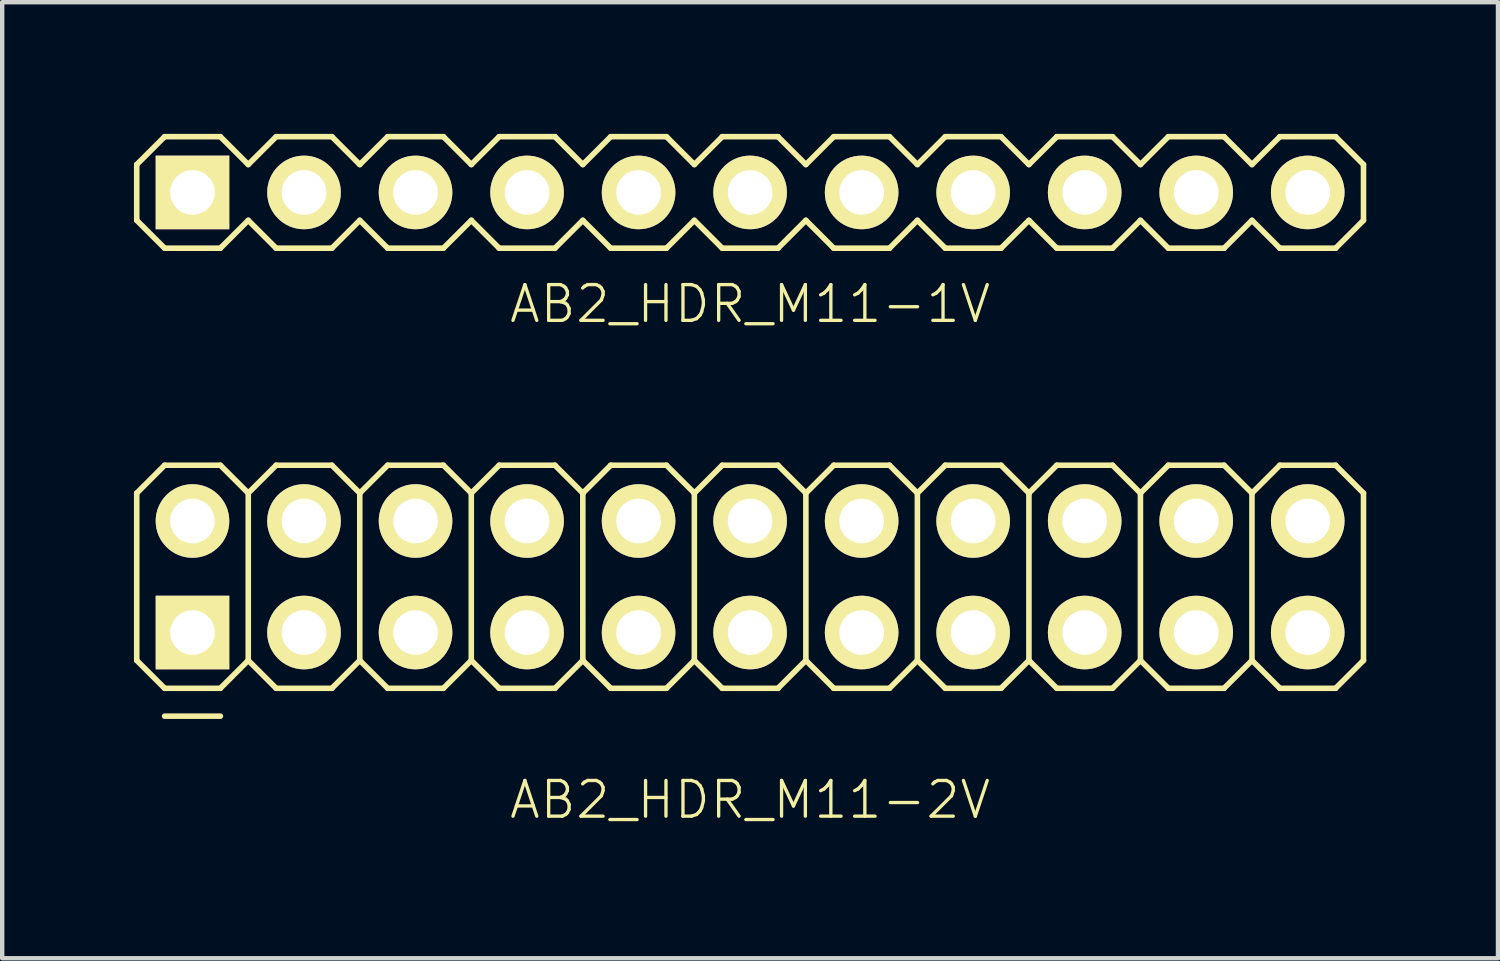
<source format=kicad_pcb>
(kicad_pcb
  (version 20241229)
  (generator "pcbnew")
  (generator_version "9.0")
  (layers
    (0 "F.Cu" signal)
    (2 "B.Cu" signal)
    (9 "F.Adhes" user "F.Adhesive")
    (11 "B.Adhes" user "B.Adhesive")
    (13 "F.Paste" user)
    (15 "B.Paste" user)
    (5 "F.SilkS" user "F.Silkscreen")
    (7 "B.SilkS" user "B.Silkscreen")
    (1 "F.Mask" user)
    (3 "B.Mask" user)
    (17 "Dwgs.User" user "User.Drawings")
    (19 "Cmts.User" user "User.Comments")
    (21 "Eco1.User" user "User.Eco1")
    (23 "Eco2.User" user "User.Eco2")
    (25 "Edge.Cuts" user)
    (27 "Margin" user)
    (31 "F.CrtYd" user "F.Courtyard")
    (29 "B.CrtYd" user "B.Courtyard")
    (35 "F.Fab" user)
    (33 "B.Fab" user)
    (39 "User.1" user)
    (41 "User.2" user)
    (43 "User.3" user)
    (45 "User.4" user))
  (footprint "AB2_HDR_M11-2V"
    (layer "F.Cu")
    (at 14.034 10.086)
    (property "Reference" "AB2_HDR_M11-2V" (at 0 5.08 0) (layer "F.SilkS") (effects (font (size 0.813 0.813) (thickness 0.076))))
    (attr through_hole)
    (fp_line (start -13.97 -1.905) (end -13.335 -2.54) (stroke (width 0.127) (type solid)) (layer "F.SilkS"))
    (fp_line (start -13.97 1.905) (end -13.97 -1.905) (stroke (width 0.127) (type solid)) (layer "F.SilkS"))
    (fp_line (start -13.335 -2.54) (end -12.065 -2.54) (stroke (width 0.127) (type solid)) (layer "F.SilkS"))
    (fp_line (start -13.335 2.54) (end -13.97 1.905) (stroke (width 0.127) (type solid)) (layer "F.SilkS"))
    (fp_line (start -13.335 3.175) (end -12.065 3.175) (stroke (width 0.127) (type solid)) (layer "F.SilkS"))
    (fp_line (start -12.065 -2.54) (end -11.43 -1.905) (stroke (width 0.127) (type solid)) (layer "F.SilkS"))
    (fp_line (start -12.065 2.54) (end -13.335 2.54) (stroke (width 0.127) (type solid)) (layer "F.SilkS"))
    (fp_line (start -11.43 -1.905) (end -11.43 1.905) (stroke (width 0.127) (type solid)) (layer "F.SilkS"))
    (fp_line (start -11.43 -1.905) (end -10.795 -2.54) (stroke (width 0.127) (type solid)) (layer "F.SilkS"))
    (fp_line (start -11.43 1.905) (end -12.065 2.54) (stroke (width 0.127) (type solid)) (layer "F.SilkS"))
    (fp_line (start -10.795 -2.54) (end -9.525 -2.54) (stroke (width 0.127) (type solid)) (layer "F.SilkS"))
    (fp_line (start -10.795 2.54) (end -11.43 1.905) (stroke (width 0.127) (type solid)) (layer "F.SilkS"))
    (fp_line (start -9.525 -2.54) (end -8.89 -1.905) (stroke (width 0.127) (type solid)) (layer "F.SilkS"))
    (fp_line (start -9.525 2.54) (end -10.795 2.54) (stroke (width 0.127) (type solid)) (layer "F.SilkS"))
    (fp_line (start -8.89 -1.905) (end -8.89 1.905) (stroke (width 0.127) (type solid)) (layer "F.SilkS"))
    (fp_line (start -8.89 -1.905) (end -8.255 -2.54) (stroke (width 0.127) (type solid)) (layer "F.SilkS"))
    (fp_line (start -8.89 1.905) (end -9.525 2.54) (stroke (width 0.127) (type solid)) (layer "F.SilkS"))
    (fp_line (start -8.255 -2.54) (end -6.985 -2.54) (stroke (width 0.127) (type solid)) (layer "F.SilkS"))
    (fp_line (start -8.255 2.54) (end -8.89 1.905) (stroke (width 0.127) (type solid)) (layer "F.SilkS"))
    (fp_line (start -6.985 -2.54) (end -6.35 -1.905) (stroke (width 0.127) (type solid)) (layer "F.SilkS"))
    (fp_line (start -6.985 2.54) (end -8.255 2.54) (stroke (width 0.127) (type solid)) (layer "F.SilkS"))
    (fp_line (start -6.35 -1.905) (end -6.35 1.905) (stroke (width 0.127) (type solid)) (layer "F.SilkS"))
    (fp_line (start -6.35 -1.905) (end -5.715 -2.54) (stroke (width 0.127) (type solid)) (layer "F.SilkS"))
    (fp_line (start -6.35 1.905) (end -6.985 2.54) (stroke (width 0.127) (type solid)) (layer "F.SilkS"))
    (fp_line (start -5.715 -2.54) (end -4.445 -2.54) (stroke (width 0.127) (type solid)) (layer "F.SilkS"))
    (fp_line (start -5.715 2.54) (end -6.35 1.905) (stroke (width 0.127) (type solid)) (layer "F.SilkS"))
    (fp_line (start -4.445 -2.54) (end -3.81 -1.905) (stroke (width 0.127) (type solid)) (layer "F.SilkS"))
    (fp_line (start -4.445 2.54) (end -5.715 2.54) (stroke (width 0.127) (type solid)) (layer "F.SilkS"))
    (fp_line (start -3.81 -1.905) (end -3.81 1.905) (stroke (width 0.127) (type solid)) (layer "F.SilkS"))
    (fp_line (start -3.81 -1.905) (end -3.175 -2.54) (stroke (width 0.127) (type solid)) (layer "F.SilkS"))
    (fp_line (start -3.81 1.905) (end -4.445 2.54) (stroke (width 0.127) (type solid)) (layer "F.SilkS"))
    (fp_line (start -3.175 -2.54) (end -1.905 -2.54) (stroke (width 0.127) (type solid)) (layer "F.SilkS"))
    (fp_line (start -3.175 2.54) (end -3.81 1.905) (stroke (width 0.127) (type solid)) (layer "F.SilkS"))
    (fp_line (start -1.905 -2.54) (end -1.27 -1.905) (stroke (width 0.127) (type solid)) (layer "F.SilkS"))
    (fp_line (start -1.905 2.54) (end -3.175 2.54) (stroke (width 0.127) (type solid)) (layer "F.SilkS"))
    (fp_line (start -1.27 -1.905) (end -1.27 1.905) (stroke (width 0.127) (type solid)) (layer "F.SilkS"))
    (fp_line (start -1.27 -1.905) (end -0.635 -2.54) (stroke (width 0.127) (type solid)) (layer "F.SilkS"))
    (fp_line (start -1.27 1.905) (end -1.905 2.54) (stroke (width 0.127) (type solid)) (layer "F.SilkS"))
    (fp_line (start -0.635 -2.54) (end 0.635 -2.54) (stroke (width 0.127) (type solid)) (layer "F.SilkS"))
    (fp_line (start -0.635 2.54) (end -1.27 1.905) (stroke (width 0.127) (type solid)) (layer "F.SilkS"))
    (fp_line (start 0.635 -2.54) (end 1.27 -1.905) (stroke (width 0.127) (type solid)) (layer "F.SilkS"))
    (fp_line (start 0.635 2.54) (end -0.635 2.54) (stroke (width 0.127) (type solid)) (layer "F.SilkS"))
    (fp_line (start 1.27 -1.905) (end 1.27 1.905) (stroke (width 0.127) (type solid)) (layer "F.SilkS"))
    (fp_line (start 1.27 -1.905) (end 1.905 -2.54) (stroke (width 0.127) (type solid)) (layer "F.SilkS"))
    (fp_line (start 1.27 1.905) (end 0.635 2.54) (stroke (width 0.127) (type solid)) (layer "F.SilkS"))
    (fp_line (start 1.905 -2.54) (end 3.175 -2.54) (stroke (width 0.127) (type solid)) (layer "F.SilkS"))
    (fp_line (start 1.905 2.54) (end 1.27 1.905) (stroke (width 0.127) (type solid)) (layer "F.SilkS"))
    (fp_line (start 3.175 -2.54) (end 3.81 -1.905) (stroke (width 0.127) (type solid)) (layer "F.SilkS"))
    (fp_line (start 3.175 2.54) (end 1.905 2.54) (stroke (width 0.127) (type solid)) (layer "F.SilkS"))
    (fp_line (start 3.81 -1.905) (end 3.81 1.905) (stroke (width 0.127) (type solid)) (layer "F.SilkS"))
    (fp_line (start 3.81 -1.905) (end 4.445 -2.54) (stroke (width 0.127) (type solid)) (layer "F.SilkS"))
    (fp_line (start 3.81 1.905) (end 3.175 2.54) (stroke (width 0.127) (type solid)) (layer "F.SilkS"))
    (fp_line (start 4.445 -2.54) (end 5.715 -2.54) (stroke (width 0.127) (type solid)) (layer "F.SilkS"))
    (fp_line (start 4.445 2.54) (end 3.81 1.905) (stroke (width 0.127) (type solid)) (layer "F.SilkS"))
    (fp_line (start 5.715 -2.54) (end 6.35 -1.905) (stroke (width 0.127) (type solid)) (layer "F.SilkS"))
    (fp_line (start 5.715 2.54) (end 4.445 2.54) (stroke (width 0.127) (type solid)) (layer "F.SilkS"))
    (fp_line (start 6.35 -1.905) (end 6.35 1.905) (stroke (width 0.127) (type solid)) (layer "F.SilkS"))
    (fp_line (start 6.35 -1.905) (end 6.985 -2.54) (stroke (width 0.127) (type solid)) (layer "F.SilkS"))
    (fp_line (start 6.35 1.905) (end 5.715 2.54) (stroke (width 0.127) (type solid)) (layer "F.SilkS"))
    (fp_line (start 6.985 -2.54) (end 8.255 -2.54) (stroke (width 0.127) (type solid)) (layer "F.SilkS"))
    (fp_line (start 6.985 2.54) (end 6.35 1.905) (stroke (width 0.127) (type solid)) (layer "F.SilkS"))
    (fp_line (start 8.255 -2.54) (end 8.89 -1.905) (stroke (width 0.127) (type solid)) (layer "F.SilkS"))
    (fp_line (start 8.255 2.54) (end 6.985 2.54) (stroke (width 0.127) (type solid)) (layer "F.SilkS"))
    (fp_line (start 8.89 -1.905) (end 8.89 1.905) (stroke (width 0.127) (type solid)) (layer "F.SilkS"))
    (fp_line (start 8.89 -1.905) (end 9.525 -2.54) (stroke (width 0.127) (type solid)) (layer "F.SilkS"))
    (fp_line (start 8.89 1.905) (end 8.255 2.54) (stroke (width 0.127) (type solid)) (layer "F.SilkS"))
    (fp_line (start 9.525 -2.54) (end 10.795 -2.54) (stroke (width 0.127) (type solid)) (layer "F.SilkS"))
    (fp_line (start 9.525 2.54) (end 8.89 1.905) (stroke (width 0.127) (type solid)) (layer "F.SilkS"))
    (fp_line (start 10.795 -2.54) (end 11.43 -1.905) (stroke (width 0.127) (type solid)) (layer "F.SilkS"))
    (fp_line (start 10.795 2.54) (end 9.525 2.54) (stroke (width 0.127) (type solid)) (layer "F.SilkS"))
    (fp_line (start 11.43 -1.905) (end 11.43 1.905) (stroke (width 0.127) (type solid)) (layer "F.SilkS"))
    (fp_line (start 11.43 -1.905) (end 12.065 -2.54) (stroke (width 0.127) (type solid)) (layer "F.SilkS"))
    (fp_line (start 11.43 1.905) (end 10.795 2.54) (stroke (width 0.127) (type solid)) (layer "F.SilkS"))
    (fp_line (start 12.065 -2.54) (end 13.335 -2.54) (stroke (width 0.127) (type solid)) (layer "F.SilkS"))
    (fp_line (start 12.065 2.54) (end 11.43 1.905) (stroke (width 0.127) (type solid)) (layer "F.SilkS"))
    (fp_line (start 13.335 -2.54) (end 13.97 -1.905) (stroke (width 0.127) (type solid)) (layer "F.SilkS"))
    (fp_line (start 13.335 2.54) (end 12.065 2.54) (stroke (width 0.127) (type solid)) (layer "F.SilkS"))
    (fp_line (start 13.97 -1.905) (end 13.97 1.905) (stroke (width 0.127) (type solid)) (layer "F.SilkS"))
    (fp_line (start 13.97 1.905) (end 13.335 2.54) (stroke (width 0.127) (type solid)) (layer "F.SilkS"))
    (pad "1" thru_hole rect (at -12.7 1.27) (size 1.676 1.676) (drill 1.016) (layers "*.Cu" "*.Mask" "F.SilkS"))
    (pad "2" thru_hole circle (at -12.7 -1.27) (size 1.676 1.676) (drill 1.016) (layers "*.Cu" "*.Mask" "F.SilkS"))
    (pad "3" thru_hole circle (at -10.16 1.27) (size 1.676 1.676) (drill 1.016) (layers "*.Cu" "*.Mask" "F.SilkS"))
    (pad "4" thru_hole circle (at -10.16 -1.27) (size 1.676 1.676) (drill 1.016) (layers "*.Cu" "*.Mask" "F.SilkS"))
    (pad "5" thru_hole circle (at -7.62 1.27) (size 1.676 1.676) (drill 1.016) (layers "*.Cu" "*.Mask" "F.SilkS"))
    (pad "6" thru_hole circle (at -7.62 -1.27) (size 1.676 1.676) (drill 1.016) (layers "*.Cu" "*.Mask" "F.SilkS"))
    (pad "7" thru_hole circle (at -5.08 1.27) (size 1.676 1.676) (drill 1.016) (layers "*.Cu" "*.Mask" "F.SilkS"))
    (pad "8" thru_hole circle (at -5.08 -1.27) (size 1.676 1.676) (drill 1.016) (layers "*.Cu" "*.Mask" "F.SilkS"))
    (pad "9" thru_hole circle (at -2.54 1.27) (size 1.676 1.676) (drill 1.016) (layers "*.Cu" "*.Mask" "F.SilkS"))
    (pad "10" thru_hole circle (at -2.54 -1.27) (size 1.676 1.676) (drill 1.016) (layers "*.Cu" "*.Mask" "F.SilkS"))
    (pad "11" thru_hole circle (at 0 1.27) (size 1.676 1.676) (drill 1.016) (layers "*.Cu" "*.Mask" "F.SilkS"))
    (pad "12" thru_hole circle (at 0 -1.27) (size 1.676 1.676) (drill 1.016) (layers "*.Cu" "*.Mask" "F.SilkS"))
    (pad "13" thru_hole circle (at 2.54 1.27) (size 1.676 1.676) (drill 1.016) (layers "*.Cu" "*.Mask" "F.SilkS"))
    (pad "14" thru_hole circle (at 2.54 -1.27) (size 1.676 1.676) (drill 1.016) (layers "*.Cu" "*.Mask" "F.SilkS"))
    (pad "15" thru_hole circle (at 5.08 1.27) (size 1.676 1.676) (drill 1.016) (layers "*.Cu" "*.Mask" "F.SilkS"))
    (pad "16" thru_hole circle (at 5.08 -1.27) (size 1.676 1.676) (drill 1.016) (layers "*.Cu" "*.Mask" "F.SilkS"))
    (pad "17" thru_hole circle (at 7.62 1.27) (size 1.676 1.676) (drill 1.016) (layers "*.Cu" "*.Mask" "F.SilkS"))
    (pad "18" thru_hole circle (at 7.62 -1.27) (size 1.676 1.676) (drill 1.016) (layers "*.Cu" "*.Mask" "F.SilkS"))
    (pad "19" thru_hole circle (at 10.16 1.27) (size 1.676 1.676) (drill 1.016) (layers "*.Cu" "*.Mask" "F.SilkS"))
    (pad "20" thru_hole circle (at 10.16 -1.27) (size 1.676 1.676) (drill 1.016) (layers "*.Cu" "*.Mask" "F.SilkS"))
    (pad "21" thru_hole circle (at 12.7 1.27) (size 1.676 1.676) (drill 1.016) (layers "*.Cu" "*.Mask" "F.SilkS"))
    (pad "22" thru_hole circle (at 12.7 -1.27) (size 1.676 1.676) (drill 1.016) (layers "*.Cu" "*.Mask" "F.SilkS")))
  (footprint "AB2_HDR_M11-1V"
    (layer "F.Cu")
    (at 14.034 1.333)
    (property "Reference" "AB2_HDR_M11-1V" (at 0 2.54 0) (layer "F.SilkS") (effects (font (size 0.813 0.813) (thickness 0.076))))
    (attr through_hole)
    (fp_line (start -13.97 -0.635) (end -13.335 -1.27) (stroke (width 0.127) (type solid)) (layer "F.SilkS"))
    (fp_line (start -13.97 0.635) (end -13.97 -0.635) (stroke (width 0.127) (type solid)) (layer "F.SilkS"))
    (fp_line (start -13.335 -1.27) (end -12.065 -1.27) (stroke (width 0.127) (type solid)) (layer "F.SilkS"))
    (fp_line (start -13.335 1.27) (end -13.97 0.635) (stroke (width 0.127) (type solid)) (layer "F.SilkS"))
    (fp_line (start -12.065 -1.27) (end -11.43 -0.635) (stroke (width 0.127) (type solid)) (layer "F.SilkS"))
    (fp_line (start -12.065 1.27) (end -13.335 1.27) (stroke (width 0.127) (type solid)) (layer "F.SilkS"))
    (fp_line (start -11.43 -0.635) (end -10.795 -1.27) (stroke (width 0.127) (type solid)) (layer "F.SilkS"))
    (fp_line (start -11.43 0.635) (end -12.065 1.27) (stroke (width 0.127) (type solid)) (layer "F.SilkS"))
    (fp_line (start -10.795 -1.27) (end -9.525 -1.27) (stroke (width 0.127) (type solid)) (layer "F.SilkS"))
    (fp_line (start -10.795 1.27) (end -11.43 0.635) (stroke (width 0.127) (type solid)) (layer "F.SilkS"))
    (fp_line (start -9.525 -1.27) (end -8.89 -0.635) (stroke (width 0.127) (type solid)) (layer "F.SilkS"))
    (fp_line (start -9.525 1.27) (end -10.795 1.27) (stroke (width 0.127) (type solid)) (layer "F.SilkS"))
    (fp_line (start -8.89 -0.635) (end -8.255 -1.27) (stroke (width 0.127) (type solid)) (layer "F.SilkS"))
    (fp_line (start -8.89 0.635) (end -9.525 1.27) (stroke (width 0.127) (type solid)) (layer "F.SilkS"))
    (fp_line (start -8.255 -1.27) (end -6.985 -1.27) (stroke (width 0.127) (type solid)) (layer "F.SilkS"))
    (fp_line (start -8.255 1.27) (end -8.89 0.635) (stroke (width 0.127) (type solid)) (layer "F.SilkS"))
    (fp_line (start -6.985 -1.27) (end -6.35 -0.635) (stroke (width 0.127) (type solid)) (layer "F.SilkS"))
    (fp_line (start -6.985 1.27) (end -8.255 1.27) (stroke (width 0.127) (type solid)) (layer "F.SilkS"))
    (fp_line (start -6.35 -0.635) (end -5.715 -1.27) (stroke (width 0.127) (type solid)) (layer "F.SilkS"))
    (fp_line (start -6.35 0.635) (end -6.985 1.27) (stroke (width 0.127) (type solid)) (layer "F.SilkS"))
    (fp_line (start -5.715 -1.27) (end -4.445 -1.27) (stroke (width 0.127) (type solid)) (layer "F.SilkS"))
    (fp_line (start -5.715 1.27) (end -6.35 0.635) (stroke (width 0.127) (type solid)) (layer "F.SilkS"))
    (fp_line (start -4.445 -1.27) (end -3.81 -0.635) (stroke (width 0.127) (type solid)) (layer "F.SilkS"))
    (fp_line (start -4.445 1.27) (end -5.715 1.27) (stroke (width 0.127) (type solid)) (layer "F.SilkS"))
    (fp_line (start -3.81 -0.635) (end -3.175 -1.27) (stroke (width 0.127) (type solid)) (layer "F.SilkS"))
    (fp_line (start -3.81 0.635) (end -4.445 1.27) (stroke (width 0.127) (type solid)) (layer "F.SilkS"))
    (fp_line (start -3.175 -1.27) (end -1.905 -1.27) (stroke (width 0.127) (type solid)) (layer "F.SilkS"))
    (fp_line (start -3.175 1.27) (end -3.81 0.635) (stroke (width 0.127) (type solid)) (layer "F.SilkS"))
    (fp_line (start -1.905 -1.27) (end -1.27 -0.635) (stroke (width 0.127) (type solid)) (layer "F.SilkS"))
    (fp_line (start -1.905 1.27) (end -3.175 1.27) (stroke (width 0.127) (type solid)) (layer "F.SilkS"))
    (fp_line (start -1.27 -0.635) (end -0.635 -1.27) (stroke (width 0.127) (type solid)) (layer "F.SilkS"))
    (fp_line (start -1.27 0.635) (end -1.905 1.27) (stroke (width 0.127) (type solid)) (layer "F.SilkS"))
    (fp_line (start -0.635 -1.27) (end 0.635 -1.27) (stroke (width 0.127) (type solid)) (layer "F.SilkS"))
    (fp_line (start -0.635 1.27) (end -1.27 0.635) (stroke (width 0.127) (type solid)) (layer "F.SilkS"))
    (fp_line (start 0.635 -1.27) (end 1.27 -0.635) (stroke (width 0.127) (type solid)) (layer "F.SilkS"))
    (fp_line (start 0.635 1.27) (end -0.635 1.27) (stroke (width 0.127) (type solid)) (layer "F.SilkS"))
    (fp_line (start 1.27 -0.635) (end 1.905 -1.27) (stroke (width 0.127) (type solid)) (layer "F.SilkS"))
    (fp_line (start 1.27 0.635) (end 0.635 1.27) (stroke (width 0.127) (type solid)) (layer "F.SilkS"))
    (fp_line (start 1.905 -1.27) (end 3.175 -1.27) (stroke (width 0.127) (type solid)) (layer "F.SilkS"))
    (fp_line (start 1.905 1.27) (end 1.27 0.635) (stroke (width 0.127) (type solid)) (layer "F.SilkS"))
    (fp_line (start 3.175 -1.27) (end 3.81 -0.635) (stroke (width 0.127) (type solid)) (layer "F.SilkS"))
    (fp_line (start 3.175 1.27) (end 1.905 1.27) (stroke (width 0.127) (type solid)) (layer "F.SilkS"))
    (fp_line (start 3.81 -0.635) (end 4.445 -1.27) (stroke (width 0.127) (type solid)) (layer "F.SilkS"))
    (fp_line (start 3.81 0.635) (end 3.175 1.27) (stroke (width 0.127) (type solid)) (layer "F.SilkS"))
    (fp_line (start 4.445 -1.27) (end 5.715 -1.27) (stroke (width 0.127) (type solid)) (layer "F.SilkS"))
    (fp_line (start 4.445 1.27) (end 3.81 0.635) (stroke (width 0.127) (type solid)) (layer "F.SilkS"))
    (fp_line (start 5.715 -1.27) (end 6.35 -0.635) (stroke (width 0.127) (type solid)) (layer "F.SilkS"))
    (fp_line (start 5.715 1.27) (end 4.445 1.27) (stroke (width 0.127) (type solid)) (layer "F.SilkS"))
    (fp_line (start 6.35 -0.635) (end 6.985 -1.27) (stroke (width 0.127) (type solid)) (layer "F.SilkS"))
    (fp_line (start 6.35 0.635) (end 5.715 1.27) (stroke (width 0.127) (type solid)) (layer "F.SilkS"))
    (fp_line (start 6.985 -1.27) (end 8.255 -1.27) (stroke (width 0.127) (type solid)) (layer "F.SilkS"))
    (fp_line (start 6.985 1.27) (end 6.35 0.635) (stroke (width 0.127) (type solid)) (layer "F.SilkS"))
    (fp_line (start 8.255 -1.27) (end 8.89 -0.635) (stroke (width 0.127) (type solid)) (layer "F.SilkS"))
    (fp_line (start 8.255 1.27) (end 6.985 1.27) (stroke (width 0.127) (type solid)) (layer "F.SilkS"))
    (fp_line (start 8.89 -0.635) (end 9.525 -1.27) (stroke (width 0.127) (type solid)) (layer "F.SilkS"))
    (fp_line (start 8.89 0.635) (end 8.255 1.27) (stroke (width 0.127) (type solid)) (layer "F.SilkS"))
    (fp_line (start 9.525 -1.27) (end 10.795 -1.27) (stroke (width 0.127) (type solid)) (layer "F.SilkS"))
    (fp_line (start 9.525 1.27) (end 8.89 0.635) (stroke (width 0.127) (type solid)) (layer "F.SilkS"))
    (fp_line (start 10.795 -1.27) (end 11.43 -0.635) (stroke (width 0.127) (type solid)) (layer "F.SilkS"))
    (fp_line (start 10.795 1.27) (end 9.525 1.27) (stroke (width 0.127) (type solid)) (layer "F.SilkS"))
    (fp_line (start 11.43 -0.635) (end 12.065 -1.27) (stroke (width 0.127) (type solid)) (layer "F.SilkS"))
    (fp_line (start 11.43 0.635) (end 10.795 1.27) (stroke (width 0.127) (type solid)) (layer "F.SilkS"))
    (fp_line (start 12.065 -1.27) (end 13.335 -1.27) (stroke (width 0.127) (type solid)) (layer "F.SilkS"))
    (fp_line (start 12.065 1.27) (end 11.43 0.635) (stroke (width 0.127) (type solid)) (layer "F.SilkS"))
    (fp_line (start 13.335 -1.27) (end 13.97 -0.635) (stroke (width 0.127) (type solid)) (layer "F.SilkS"))
    (fp_line (start 13.335 1.27) (end 12.065 1.27) (stroke (width 0.127) (type solid)) (layer "F.SilkS"))
    (fp_line (start 13.97 -0.635) (end 13.97 0.635) (stroke (width 0.127) (type solid)) (layer "F.SilkS"))
    (fp_line (start 13.97 0.635) (end 13.335 1.27) (stroke (width 0.127) (type solid)) (layer "F.SilkS"))
    (pad "1" thru_hole rect (at -12.7 0) (size 1.676 1.676) (drill 1.016) (layers "*.Cu" "*.Mask" "F.SilkS"))
    (pad "2" thru_hole circle (at -10.16 0) (size 1.676 1.676) (drill 1.016) (layers "*.Cu" "*.Mask" "F.SilkS"))
    (pad "3" thru_hole circle (at -7.62 0) (size 1.676 1.676) (drill 1.016) (layers "*.Cu" "*.Mask" "F.SilkS"))
    (pad "4" thru_hole circle (at -5.08 0) (size 1.676 1.676) (drill 1.016) (layers "*.Cu" "*.Mask" "F.SilkS"))
    (pad "5" thru_hole circle (at -2.54 0) (size 1.676 1.676) (drill 1.016) (layers "*.Cu" "*.Mask" "F.SilkS"))
    (pad "6" thru_hole circle (at 0 0) (size 1.676 1.676) (drill 1.016) (layers "*.Cu" "*.Mask" "F.SilkS"))
    (pad "7" thru_hole circle (at 2.54 0) (size 1.676 1.676) (drill 1.016) (layers "*.Cu" "*.Mask" "F.SilkS"))
    (pad "8" thru_hole circle (at 5.08 0) (size 1.676 1.676) (drill 1.016) (layers "*.Cu" "*.Mask" "F.SilkS"))
    (pad "9" thru_hole circle (at 7.62 0) (size 1.676 1.676) (drill 1.016) (layers "*.Cu" "*.Mask" "F.SilkS"))
    (pad "10" thru_hole circle (at 10.16 0) (size 1.676 1.676) (drill 1.016) (layers "*.Cu" "*.Mask" "F.SilkS"))
    (pad "11" thru_hole circle (at 12.7 0) (size 1.676 1.676) (drill 1.016) (layers "*.Cu" "*.Mask" "F.SilkS")))
  (gr_rect
    (start -3 -3)
    (end 31.067 18.775)
    (stroke (width 0.1) (type default))
    (fill no)
    (layer "Edge.Cuts")))
</source>
